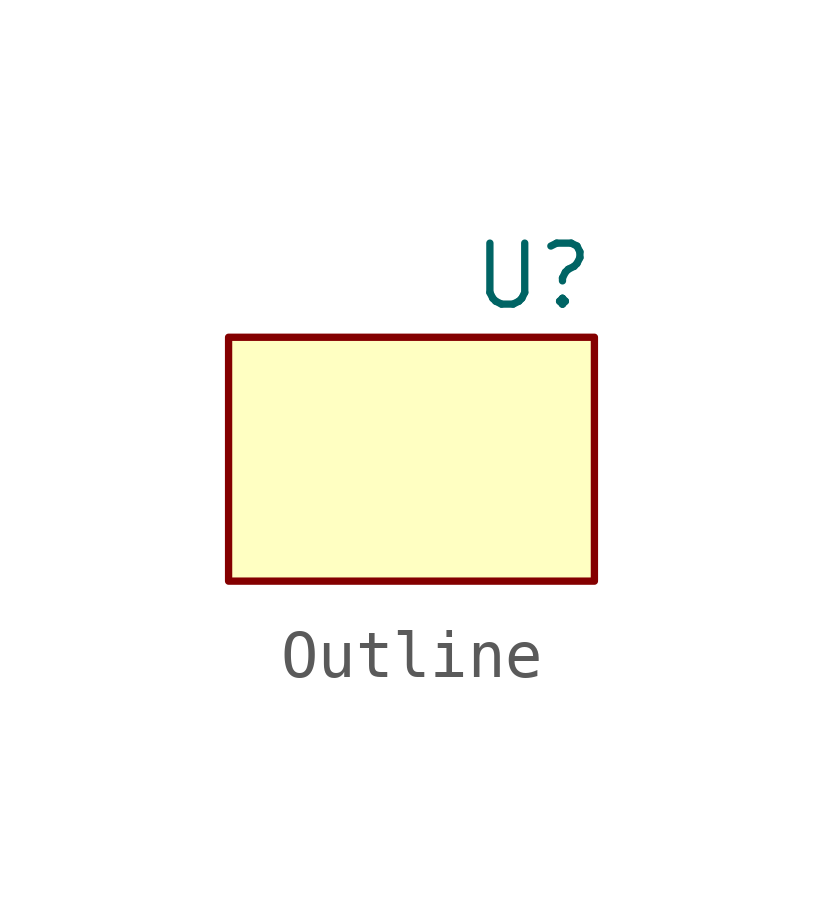
<source format=kicad_sym>
(kicad_symbol_lib
  (version 20220914)
  (generator kicad_symbol_editor)
  (symbol "Outline"
    (property "Reference" "U"
      (at 2.54 3.81 0)
      (effects (font (size 1.27 1.27))))
    (property "Value" ""
      (at 0 0 0)
      (effects (font (size 1.27 1.27))))
    (symbol "Outline_1_1"
      (rectangle (start -3.81 2.54) (end 3.81 -2.54) (stroke (width 0) (type default)) (fill (type background))))))
</source>
